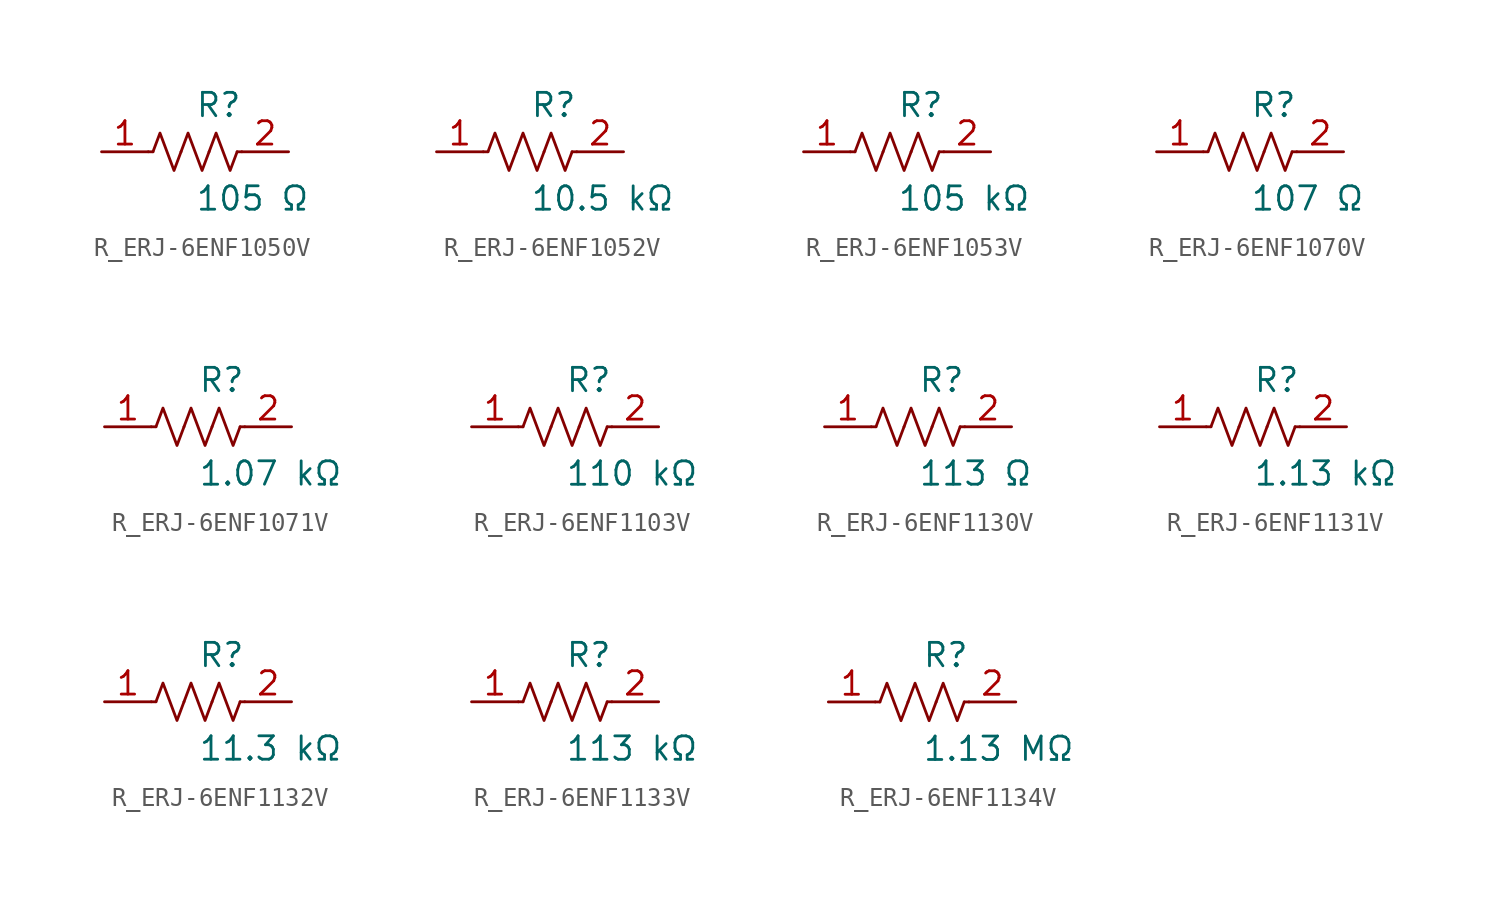
<source format=kicad_sym>
(kicad_symbol_lib
  (version 20231120)
  (generator kicad_symbol_editor)
  (generator_version 8.0)
  (symbol "R_ERJ-6ENF1050V"
    (pin_names
      (offset 0.254))
    (property "Reference" "R"
      (at 0.0 2.54 0)
      (effects (font (size 1.27 1.27)) (justify left)))
    (property "Value" "105 Ω"
      (at 0.0 -2.54 0)
      (effects (font (size 1.27 1.27)) (justify left)))
    (symbol "R_ERJ-6ENF1050V_0_1"
      (polyline (pts (xy 2.286 0) (xy 2.54 0)) (stroke (width 0) (type default)) (fill (type none)))
      (polyline (pts (xy -2.286 0) (xy -2.54 0)) (stroke (width 0) (type default)) (fill (type none)))
      (polyline (pts (xy 0.762 0) (xy 1.143 1.016) (xy 1.524 0) (xy 1.905 -1.016) (xy 2.286 0)) (stroke (width 0) (type default)) (fill (type none)))
      (polyline (pts (xy -0.762 0) (xy -0.381 1.016) (xy 0 0) (xy 0.381 -1.016) (xy 0.762 0)) (stroke (width 0) (type default)) (fill (type none)))
      (polyline (pts (xy -2.286 0) (xy -1.905 1.016) (xy -1.524 0) (xy -1.143 -1.016) (xy -0.762 0)) (stroke (width 0) (type default)) (fill (type none))))
    (pin unspecified line
      (at -5.08 0 0)
      (length 2.54)
      (name "" (effects (font (size 1.27 1.27))))
      (number "1" (effects (font (size 1.27 1.27)))))
    (pin unspecified line
      (at 5.08 0 180)
      (length 2.54)
      (name "" (effects (font (size 1.27 1.27))))
      (number "2" (effects (font (size 1.27 1.27))))))
  (symbol "R_ERJ-6ENF1052V"
    (pin_names
      (offset 0.254))
    (property "Reference" "R"
      (at 0.0 2.54 0)
      (effects (font (size 1.27 1.27)) (justify left)))
    (property "Value" "10.5 kΩ"
      (at 0.0 -2.54 0)
      (effects (font (size 1.27 1.27)) (justify left)))
    (symbol "R_ERJ-6ENF1052V_0_1"
      (polyline (pts (xy 2.286 0) (xy 2.54 0)) (stroke (width 0) (type default)) (fill (type none)))
      (polyline (pts (xy -2.286 0) (xy -2.54 0)) (stroke (width 0) (type default)) (fill (type none)))
      (polyline (pts (xy 0.762 0) (xy 1.143 1.016) (xy 1.524 0) (xy 1.905 -1.016) (xy 2.286 0)) (stroke (width 0) (type default)) (fill (type none)))
      (polyline (pts (xy -0.762 0) (xy -0.381 1.016) (xy 0 0) (xy 0.381 -1.016) (xy 0.762 0)) (stroke (width 0) (type default)) (fill (type none)))
      (polyline (pts (xy -2.286 0) (xy -1.905 1.016) (xy -1.524 0) (xy -1.143 -1.016) (xy -0.762 0)) (stroke (width 0) (type default)) (fill (type none))))
    (pin unspecified line
      (at -5.08 0 0)
      (length 2.54)
      (name "" (effects (font (size 1.27 1.27))))
      (number "1" (effects (font (size 1.27 1.27)))))
    (pin unspecified line
      (at 5.08 0 180)
      (length 2.54)
      (name "" (effects (font (size 1.27 1.27))))
      (number "2" (effects (font (size 1.27 1.27))))))
  (symbol "R_ERJ-6ENF1053V"
    (pin_names
      (offset 0.254))
    (property "Reference" "R"
      (at 0.0 2.54 0)
      (effects (font (size 1.27 1.27)) (justify left)))
    (property "Value" "105 kΩ"
      (at 0.0 -2.54 0)
      (effects (font (size 1.27 1.27)) (justify left)))
    (symbol "R_ERJ-6ENF1053V_0_1"
      (polyline (pts (xy 2.286 0) (xy 2.54 0)) (stroke (width 0) (type default)) (fill (type none)))
      (polyline (pts (xy -2.286 0) (xy -2.54 0)) (stroke (width 0) (type default)) (fill (type none)))
      (polyline (pts (xy 0.762 0) (xy 1.143 1.016) (xy 1.524 0) (xy 1.905 -1.016) (xy 2.286 0)) (stroke (width 0) (type default)) (fill (type none)))
      (polyline (pts (xy -0.762 0) (xy -0.381 1.016) (xy 0 0) (xy 0.381 -1.016) (xy 0.762 0)) (stroke (width 0) (type default)) (fill (type none)))
      (polyline (pts (xy -2.286 0) (xy -1.905 1.016) (xy -1.524 0) (xy -1.143 -1.016) (xy -0.762 0)) (stroke (width 0) (type default)) (fill (type none))))
    (pin unspecified line
      (at -5.08 0 0)
      (length 2.54)
      (name "" (effects (font (size 1.27 1.27))))
      (number "1" (effects (font (size 1.27 1.27)))))
    (pin unspecified line
      (at 5.08 0 180)
      (length 2.54)
      (name "" (effects (font (size 1.27 1.27))))
      (number "2" (effects (font (size 1.27 1.27))))))
  (symbol "R_ERJ-6ENF1070V"
    (pin_names
      (offset 0.254))
    (property "Reference" "R"
      (at 0.0 2.54 0)
      (effects (font (size 1.27 1.27)) (justify left)))
    (property "Value" "107 Ω"
      (at 0.0 -2.54 0)
      (effects (font (size 1.27 1.27)) (justify left)))
    (symbol "R_ERJ-6ENF1070V_0_1"
      (polyline (pts (xy 2.286 0) (xy 2.54 0)) (stroke (width 0) (type default)) (fill (type none)))
      (polyline (pts (xy -2.286 0) (xy -2.54 0)) (stroke (width 0) (type default)) (fill (type none)))
      (polyline (pts (xy 0.762 0) (xy 1.143 1.016) (xy 1.524 0) (xy 1.905 -1.016) (xy 2.286 0)) (stroke (width 0) (type default)) (fill (type none)))
      (polyline (pts (xy -0.762 0) (xy -0.381 1.016) (xy 0 0) (xy 0.381 -1.016) (xy 0.762 0)) (stroke (width 0) (type default)) (fill (type none)))
      (polyline (pts (xy -2.286 0) (xy -1.905 1.016) (xy -1.524 0) (xy -1.143 -1.016) (xy -0.762 0)) (stroke (width 0) (type default)) (fill (type none))))
    (pin unspecified line
      (at -5.08 0 0)
      (length 2.54)
      (name "" (effects (font (size 1.27 1.27))))
      (number "1" (effects (font (size 1.27 1.27)))))
    (pin unspecified line
      (at 5.08 0 180)
      (length 2.54)
      (name "" (effects (font (size 1.27 1.27))))
      (number "2" (effects (font (size 1.27 1.27))))))
  (symbol "R_ERJ-6ENF1071V"
    (pin_names
      (offset 0.254))
    (property "Reference" "R"
      (at 0.0 2.54 0)
      (effects (font (size 1.27 1.27)) (justify left)))
    (property "Value" "1.07 kΩ"
      (at 0.0 -2.54 0)
      (effects (font (size 1.27 1.27)) (justify left)))
    (symbol "R_ERJ-6ENF1071V_0_1"
      (polyline (pts (xy 2.286 0) (xy 2.54 0)) (stroke (width 0) (type default)) (fill (type none)))
      (polyline (pts (xy -2.286 0) (xy -2.54 0)) (stroke (width 0) (type default)) (fill (type none)))
      (polyline (pts (xy 0.762 0) (xy 1.143 1.016) (xy 1.524 0) (xy 1.905 -1.016) (xy 2.286 0)) (stroke (width 0) (type default)) (fill (type none)))
      (polyline (pts (xy -0.762 0) (xy -0.381 1.016) (xy 0 0) (xy 0.381 -1.016) (xy 0.762 0)) (stroke (width 0) (type default)) (fill (type none)))
      (polyline (pts (xy -2.286 0) (xy -1.905 1.016) (xy -1.524 0) (xy -1.143 -1.016) (xy -0.762 0)) (stroke (width 0) (type default)) (fill (type none))))
    (pin unspecified line
      (at -5.08 0 0)
      (length 2.54)
      (name "" (effects (font (size 1.27 1.27))))
      (number "1" (effects (font (size 1.27 1.27)))))
    (pin unspecified line
      (at 5.08 0 180)
      (length 2.54)
      (name "" (effects (font (size 1.27 1.27))))
      (number "2" (effects (font (size 1.27 1.27))))))
  (symbol "R_ERJ-6ENF1103V"
    (pin_names
      (offset 0.254))
    (property "Reference" "R"
      (at 0.0 2.54 0)
      (effects (font (size 1.27 1.27)) (justify left)))
    (property "Value" "110 kΩ"
      (at 0.0 -2.54 0)
      (effects (font (size 1.27 1.27)) (justify left)))
    (symbol "R_ERJ-6ENF1103V_0_1"
      (polyline (pts (xy 2.286 0) (xy 2.54 0)) (stroke (width 0) (type default)) (fill (type none)))
      (polyline (pts (xy -2.286 0) (xy -2.54 0)) (stroke (width 0) (type default)) (fill (type none)))
      (polyline (pts (xy 0.762 0) (xy 1.143 1.016) (xy 1.524 0) (xy 1.905 -1.016) (xy 2.286 0)) (stroke (width 0) (type default)) (fill (type none)))
      (polyline (pts (xy -0.762 0) (xy -0.381 1.016) (xy 0 0) (xy 0.381 -1.016) (xy 0.762 0)) (stroke (width 0) (type default)) (fill (type none)))
      (polyline (pts (xy -2.286 0) (xy -1.905 1.016) (xy -1.524 0) (xy -1.143 -1.016) (xy -0.762 0)) (stroke (width 0) (type default)) (fill (type none))))
    (pin unspecified line
      (at -5.08 0 0)
      (length 2.54)
      (name "" (effects (font (size 1.27 1.27))))
      (number "1" (effects (font (size 1.27 1.27)))))
    (pin unspecified line
      (at 5.08 0 180)
      (length 2.54)
      (name "" (effects (font (size 1.27 1.27))))
      (number "2" (effects (font (size 1.27 1.27))))))
  (symbol "R_ERJ-6ENF1130V"
    (pin_names
      (offset 0.254))
    (property "Reference" "R"
      (at 0.0 2.54 0)
      (effects (font (size 1.27 1.27)) (justify left)))
    (property "Value" "113 Ω"
      (at 0.0 -2.54 0)
      (effects (font (size 1.27 1.27)) (justify left)))
    (symbol "R_ERJ-6ENF1130V_0_1"
      (polyline (pts (xy 2.286 0) (xy 2.54 0)) (stroke (width 0) (type default)) (fill (type none)))
      (polyline (pts (xy -2.286 0) (xy -2.54 0)) (stroke (width 0) (type default)) (fill (type none)))
      (polyline (pts (xy 0.762 0) (xy 1.143 1.016) (xy 1.524 0) (xy 1.905 -1.016) (xy 2.286 0)) (stroke (width 0) (type default)) (fill (type none)))
      (polyline (pts (xy -0.762 0) (xy -0.381 1.016) (xy 0 0) (xy 0.381 -1.016) (xy 0.762 0)) (stroke (width 0) (type default)) (fill (type none)))
      (polyline (pts (xy -2.286 0) (xy -1.905 1.016) (xy -1.524 0) (xy -1.143 -1.016) (xy -0.762 0)) (stroke (width 0) (type default)) (fill (type none))))
    (pin unspecified line
      (at -5.08 0 0)
      (length 2.54)
      (name "" (effects (font (size 1.27 1.27))))
      (number "1" (effects (font (size 1.27 1.27)))))
    (pin unspecified line
      (at 5.08 0 180)
      (length 2.54)
      (name "" (effects (font (size 1.27 1.27))))
      (number "2" (effects (font (size 1.27 1.27))))))
  (symbol "R_ERJ-6ENF1131V"
    (pin_names
      (offset 0.254))
    (property "Reference" "R"
      (at 0.0 2.54 0)
      (effects (font (size 1.27 1.27)) (justify left)))
    (property "Value" "1.13 kΩ"
      (at 0.0 -2.54 0)
      (effects (font (size 1.27 1.27)) (justify left)))
    (symbol "R_ERJ-6ENF1131V_0_1"
      (polyline (pts (xy 2.286 0) (xy 2.54 0)) (stroke (width 0) (type default)) (fill (type none)))
      (polyline (pts (xy -2.286 0) (xy -2.54 0)) (stroke (width 0) (type default)) (fill (type none)))
      (polyline (pts (xy 0.762 0) (xy 1.143 1.016) (xy 1.524 0) (xy 1.905 -1.016) (xy 2.286 0)) (stroke (width 0) (type default)) (fill (type none)))
      (polyline (pts (xy -0.762 0) (xy -0.381 1.016) (xy 0 0) (xy 0.381 -1.016) (xy 0.762 0)) (stroke (width 0) (type default)) (fill (type none)))
      (polyline (pts (xy -2.286 0) (xy -1.905 1.016) (xy -1.524 0) (xy -1.143 -1.016) (xy -0.762 0)) (stroke (width 0) (type default)) (fill (type none))))
    (pin unspecified line
      (at -5.08 0 0)
      (length 2.54)
      (name "" (effects (font (size 1.27 1.27))))
      (number "1" (effects (font (size 1.27 1.27)))))
    (pin unspecified line
      (at 5.08 0 180)
      (length 2.54)
      (name "" (effects (font (size 1.27 1.27))))
      (number "2" (effects (font (size 1.27 1.27))))))
  (symbol "R_ERJ-6ENF1132V"
    (pin_names
      (offset 0.254))
    (property "Reference" "R"
      (at 0.0 2.54 0)
      (effects (font (size 1.27 1.27)) (justify left)))
    (property "Value" "11.3 kΩ"
      (at 0.0 -2.54 0)
      (effects (font (size 1.27 1.27)) (justify left)))
    (symbol "R_ERJ-6ENF1132V_0_1"
      (polyline (pts (xy 2.286 0) (xy 2.54 0)) (stroke (width 0) (type default)) (fill (type none)))
      (polyline (pts (xy -2.286 0) (xy -2.54 0)) (stroke (width 0) (type default)) (fill (type none)))
      (polyline (pts (xy 0.762 0) (xy 1.143 1.016) (xy 1.524 0) (xy 1.905 -1.016) (xy 2.286 0)) (stroke (width 0) (type default)) (fill (type none)))
      (polyline (pts (xy -0.762 0) (xy -0.381 1.016) (xy 0 0) (xy 0.381 -1.016) (xy 0.762 0)) (stroke (width 0) (type default)) (fill (type none)))
      (polyline (pts (xy -2.286 0) (xy -1.905 1.016) (xy -1.524 0) (xy -1.143 -1.016) (xy -0.762 0)) (stroke (width 0) (type default)) (fill (type none))))
    (pin unspecified line
      (at -5.08 0 0)
      (length 2.54)
      (name "" (effects (font (size 1.27 1.27))))
      (number "1" (effects (font (size 1.27 1.27)))))
    (pin unspecified line
      (at 5.08 0 180)
      (length 2.54)
      (name "" (effects (font (size 1.27 1.27))))
      (number "2" (effects (font (size 1.27 1.27))))))
  (symbol "R_ERJ-6ENF1133V"
    (pin_names
      (offset 0.254))
    (property "Reference" "R"
      (at 0.0 2.54 0)
      (effects (font (size 1.27 1.27)) (justify left)))
    (property "Value" "113 kΩ"
      (at 0.0 -2.54 0)
      (effects (font (size 1.27 1.27)) (justify left)))
    (symbol "R_ERJ-6ENF1133V_0_1"
      (polyline (pts (xy 2.286 0) (xy 2.54 0)) (stroke (width 0) (type default)) (fill (type none)))
      (polyline (pts (xy -2.286 0) (xy -2.54 0)) (stroke (width 0) (type default)) (fill (type none)))
      (polyline (pts (xy 0.762 0) (xy 1.143 1.016) (xy 1.524 0) (xy 1.905 -1.016) (xy 2.286 0)) (stroke (width 0) (type default)) (fill (type none)))
      (polyline (pts (xy -0.762 0) (xy -0.381 1.016) (xy 0 0) (xy 0.381 -1.016) (xy 0.762 0)) (stroke (width 0) (type default)) (fill (type none)))
      (polyline (pts (xy -2.286 0) (xy -1.905 1.016) (xy -1.524 0) (xy -1.143 -1.016) (xy -0.762 0)) (stroke (width 0) (type default)) (fill (type none))))
    (pin unspecified line
      (at -5.08 0 0)
      (length 2.54)
      (name "" (effects (font (size 1.27 1.27))))
      (number "1" (effects (font (size 1.27 1.27)))))
    (pin unspecified line
      (at 5.08 0 180)
      (length 2.54)
      (name "" (effects (font (size 1.27 1.27))))
      (number "2" (effects (font (size 1.27 1.27))))))
  (symbol "R_ERJ-6ENF1134V"
    (pin_names
      (offset 0.254))
    (property "Reference" "R"
      (at 0.0 2.54 0)
      (effects (font (size 1.27 1.27)) (justify left)))
    (property "Value" "1.13 MΩ"
      (at 0.0 -2.54 0)
      (effects (font (size 1.27 1.27)) (justify left)))
    (symbol "R_ERJ-6ENF1134V_0_1"
      (polyline (pts (xy 2.286 0) (xy 2.54 0)) (stroke (width 0) (type default)) (fill (type none)))
      (polyline (pts (xy -2.286 0) (xy -2.54 0)) (stroke (width 0) (type default)) (fill (type none)))
      (polyline (pts (xy 0.762 0) (xy 1.143 1.016) (xy 1.524 0) (xy 1.905 -1.016) (xy 2.286 0)) (stroke (width 0) (type default)) (fill (type none)))
      (polyline (pts (xy -0.762 0) (xy -0.381 1.016) (xy 0 0) (xy 0.381 -1.016) (xy 0.762 0)) (stroke (width 0) (type default)) (fill (type none)))
      (polyline (pts (xy -2.286 0) (xy -1.905 1.016) (xy -1.524 0) (xy -1.143 -1.016) (xy -0.762 0)) (stroke (width 0) (type default)) (fill (type none))))
    (pin unspecified line
      (at -5.08 0 0)
      (length 2.54)
      (name "" (effects (font (size 1.27 1.27))))
      (number "1" (effects (font (size 1.27 1.27)))))
    (pin unspecified line
      (at 5.08 0 180)
      (length 2.54)
      (name "" (effects (font (size 1.27 1.27))))
      (number "2" (effects (font (size 1.27 1.27)))))))
</source>
